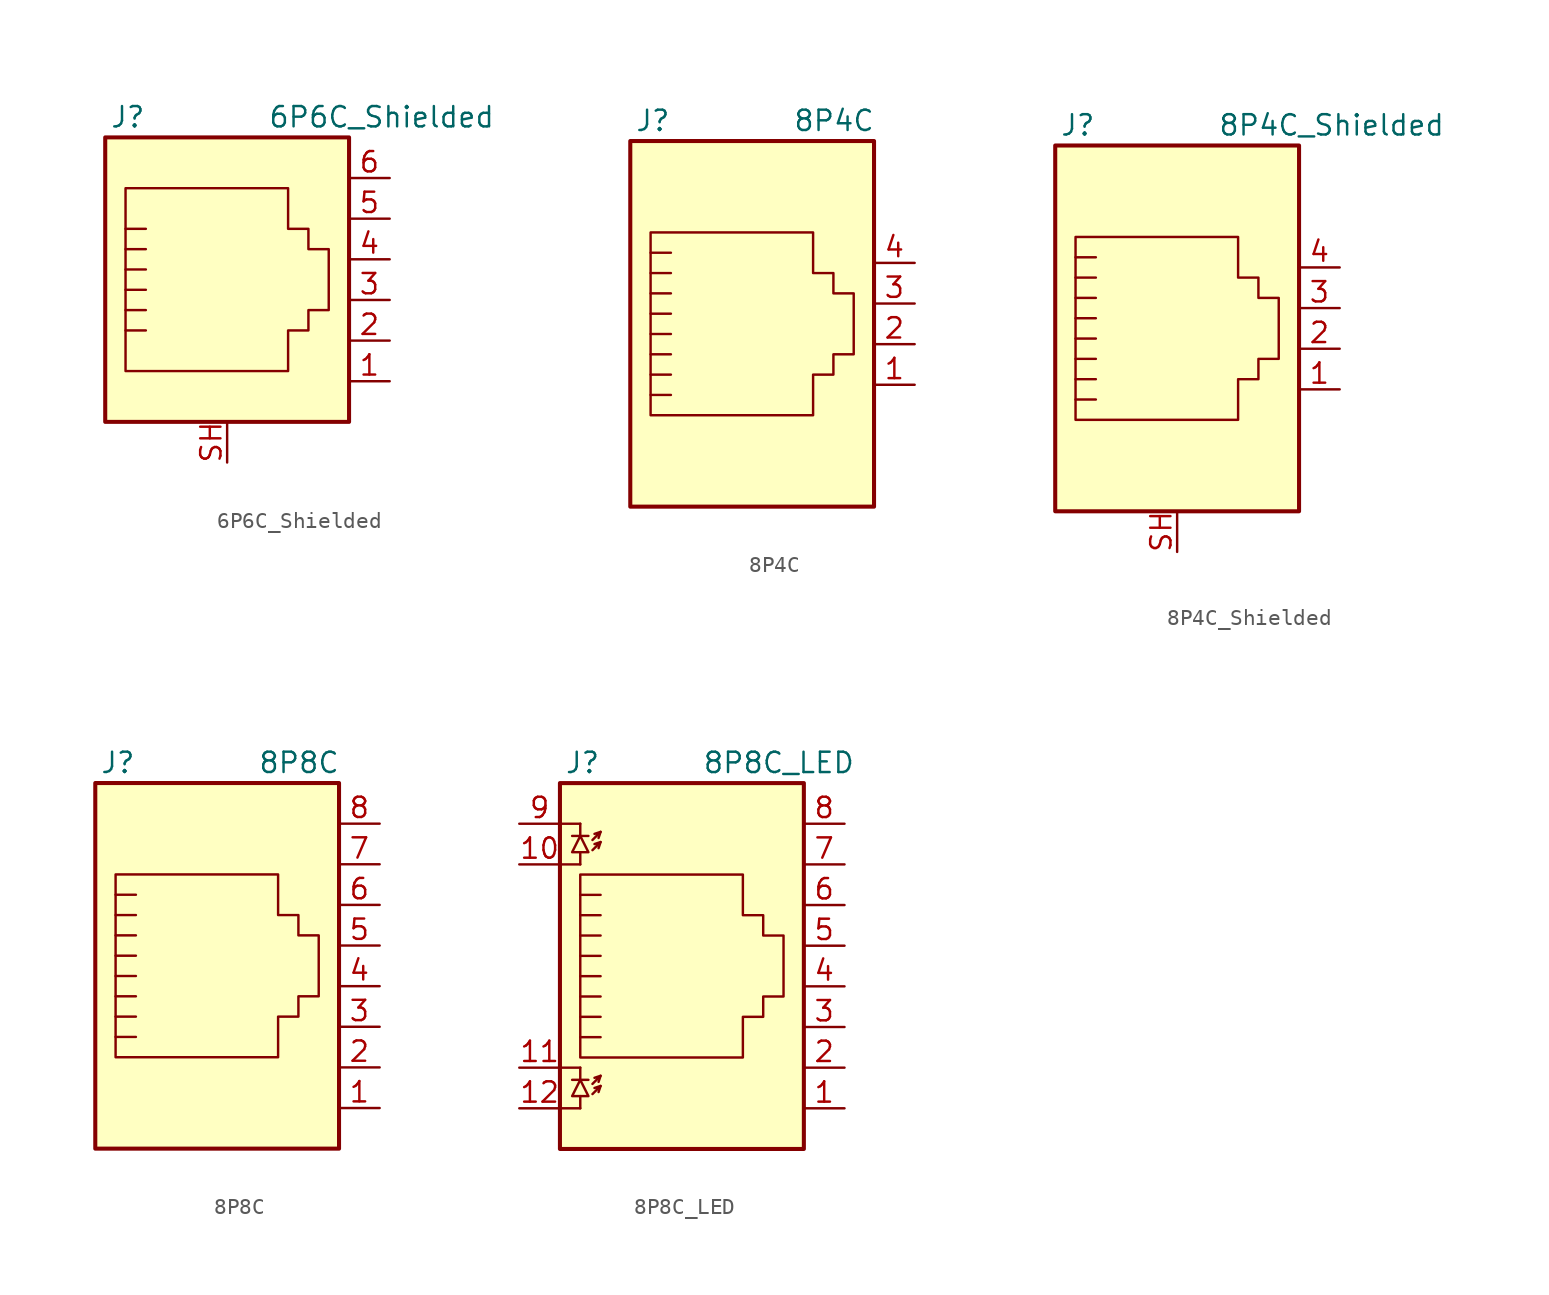
<source format=kicad_sym>
(kicad_symbol_lib
  (version 20220914)
  (generator kicad_symbol_editor)
  (symbol "6P6C_Shielded"
    (pin_names
      (offset 1.016))
    (property "Reference" "J"
      (at -5.08 11.43 0)
      (effects (font (size 1.27 1.27)) (justify right)))
    (property "Value" "6P6C_Shielded"
      (at 2.54 11.43 0)
      (effects (font (size 1.27 1.27)) (justify left)))
    (symbol "6P6C_Shielded_0_1"
      (polyline (pts (xy -6.35 -1.905) (xy -5.08 -1.905) (xy -5.08 -1.905)) (stroke (width 0) (type solid)) (fill (type none)))
      (polyline (pts (xy -6.35 -0.635) (xy -5.08 -0.635) (xy -5.08 -0.635)) (stroke (width 0) (type solid)) (fill (type none)))
      (polyline (pts (xy -6.35 0.635) (xy -5.08 0.635) (xy -5.08 0.635)) (stroke (width 0) (type solid)) (fill (type none)))
      (polyline (pts (xy -6.35 1.905) (xy -5.08 1.905) (xy -5.08 1.905)) (stroke (width 0) (type solid)) (fill (type none)))
      (polyline (pts (xy -6.35 3.175) (xy -5.08 3.175) (xy -5.08 3.175)) (stroke (width 0) (type solid)) (fill (type none)))
      (polyline (pts (xy -5.08 4.445) (xy -6.35 4.445) (xy -6.35 4.445)) (stroke (width 0) (type solid)) (fill (type none)))
      (polyline (pts (xy -6.35 -4.445) (xy -6.35 6.985) (xy 3.81 6.985) (xy 3.81 4.445) (xy 5.08 4.445) (xy 5.08 3.175) (xy 6.35 3.175) (xy 6.35 -0.635) (xy 5.08 -0.635) (xy 5.08 -1.905) (xy 3.81 -1.905) (xy 3.81 -4.445) (xy -6.35 -4.445) (xy -6.35 -4.445)) (stroke (width 0) (type solid)) (fill (type none)))
      (rectangle (start 7.62 10.16) (end -7.62 -7.62) (stroke (width 0.254) (type solid)) (fill (type background))))
    (symbol "6P6C_Shielded_1_1"
      (pin passive line (at 10.16 -5.08 180) (length 2.54) (name "~" (effects (font (size 1.27 1.27)))) (number "1" (effects (font (size 1.27 1.27)))))
      (pin passive line (at 10.16 -2.54 180) (length 2.54) (name "~" (effects (font (size 1.27 1.27)))) (number "2" (effects (font (size 1.27 1.27)))))
      (pin passive line (at 10.16 0 180) (length 2.54) (name "~" (effects (font (size 1.27 1.27)))) (number "3" (effects (font (size 1.27 1.27)))))
      (pin passive line (at 10.16 2.54 180) (length 2.54) (name "~" (effects (font (size 1.27 1.27)))) (number "4" (effects (font (size 1.27 1.27)))))
      (pin passive line (at 10.16 5.08 180) (length 2.54) (name "~" (effects (font (size 1.27 1.27)))) (number "5" (effects (font (size 1.27 1.27)))))
      (pin passive line (at 10.16 7.62 180) (length 2.54) (name "~" (effects (font (size 1.27 1.27)))) (number "6" (effects (font (size 1.27 1.27)))))
      (pin passive line (at 0 -10.16 90) (length 2.54) (name "~" (effects (font (size 1.27 1.27)))) (number "SH" (effects (font (size 1.27 1.27)))))))
  (symbol "8P4C"
    (pin_names
      (offset 1.016))
    (property "Reference" "J"
      (at -5.08 13.97 0)
      (effects (font (size 1.27 1.27)) (justify right)))
    (property "Value" "8P4C"
      (at 2.54 13.97 0)
      (effects (font (size 1.27 1.27)) (justify left)))
    (symbol "8P4C_0_1"
      (polyline (pts (xy -5.08 4.445) (xy -6.35 4.445)) (stroke (width 0) (type solid)) (fill (type none)))
      (polyline (pts (xy -5.08 5.715) (xy -6.35 5.715)) (stroke (width 0) (type solid)) (fill (type none)))
      (polyline (pts (xy -6.35 -3.175) (xy -5.08 -3.175) (xy -5.08 -3.175)) (stroke (width 0) (type solid)) (fill (type none)))
      (polyline (pts (xy -6.35 -1.905) (xy -5.08 -1.905) (xy -5.08 -1.905)) (stroke (width 0) (type solid)) (fill (type none)))
      (polyline (pts (xy -6.35 -0.635) (xy -5.08 -0.635) (xy -5.08 -0.635)) (stroke (width 0) (type solid)) (fill (type none)))
      (polyline (pts (xy -6.35 0.635) (xy -5.08 0.635) (xy -5.08 0.635)) (stroke (width 0) (type solid)) (fill (type none)))
      (polyline (pts (xy -6.35 1.905) (xy -5.08 1.905) (xy -5.08 1.905)) (stroke (width 0) (type solid)) (fill (type none)))
      (polyline (pts (xy -5.08 3.175) (xy -6.35 3.175) (xy -6.35 3.175)) (stroke (width 0) (type solid)) (fill (type none)))
      (polyline (pts (xy -6.35 -4.445) (xy -6.35 6.985) (xy 3.81 6.985) (xy 3.81 4.445) (xy 5.08 4.445) (xy 5.08 3.175) (xy 6.35 3.175) (xy 6.35 -0.635) (xy 5.08 -0.635) (xy 5.08 -1.905) (xy 3.81 -1.905) (xy 3.81 -4.445) (xy -6.35 -4.445) (xy -6.35 -4.445)) (stroke (width 0) (type solid)) (fill (type none)))
      (rectangle (start 7.62 12.7) (end -7.62 -10.16) (stroke (width 0.254) (type solid)) (fill (type background))))
    (symbol "8P4C_1_1"
      (pin passive line (at 10.16 -2.54 180) (length 2.54) (name "~" (effects (font (size 1.27 1.27)))) (number "1" (effects (font (size 1.27 1.27)))))
      (pin passive line (at 10.16 0 180) (length 2.54) (name "~" (effects (font (size 1.27 1.27)))) (number "2" (effects (font (size 1.27 1.27)))))
      (pin passive line (at 10.16 2.54 180) (length 2.54) (name "~" (effects (font (size 1.27 1.27)))) (number "3" (effects (font (size 1.27 1.27)))))
      (pin passive line (at 10.16 5.08 180) (length 2.54) (name "~" (effects (font (size 1.27 1.27)))) (number "4" (effects (font (size 1.27 1.27)))))))
  (symbol "8P4C_Shielded"
    (pin_names
      (offset 1.016))
    (property "Reference" "J"
      (at -5.08 13.97 0)
      (effects (font (size 1.27 1.27)) (justify right)))
    (property "Value" "8P4C_Shielded"
      (at 2.54 13.97 0)
      (effects (font (size 1.27 1.27)) (justify left)))
    (symbol "8P4C_Shielded_0_1"
      (polyline (pts (xy -5.08 4.445) (xy -6.35 4.445)) (stroke (width 0) (type solid)) (fill (type none)))
      (polyline (pts (xy -5.08 5.715) (xy -6.35 5.715)) (stroke (width 0) (type solid)) (fill (type none)))
      (polyline (pts (xy -6.35 -3.175) (xy -5.08 -3.175) (xy -5.08 -3.175)) (stroke (width 0) (type solid)) (fill (type none)))
      (polyline (pts (xy -6.35 -1.905) (xy -5.08 -1.905) (xy -5.08 -1.905)) (stroke (width 0) (type solid)) (fill (type none)))
      (polyline (pts (xy -6.35 -0.635) (xy -5.08 -0.635) (xy -5.08 -0.635)) (stroke (width 0) (type solid)) (fill (type none)))
      (polyline (pts (xy -6.35 0.635) (xy -5.08 0.635) (xy -5.08 0.635)) (stroke (width 0) (type solid)) (fill (type none)))
      (polyline (pts (xy -6.35 1.905) (xy -5.08 1.905) (xy -5.08 1.905)) (stroke (width 0) (type solid)) (fill (type none)))
      (polyline (pts (xy -5.08 3.175) (xy -6.35 3.175) (xy -6.35 3.175)) (stroke (width 0) (type solid)) (fill (type none)))
      (polyline (pts (xy -6.35 -4.445) (xy -6.35 6.985) (xy 3.81 6.985) (xy 3.81 4.445) (xy 5.08 4.445) (xy 5.08 3.175) (xy 6.35 3.175) (xy 6.35 -0.635) (xy 5.08 -0.635) (xy 5.08 -1.905) (xy 3.81 -1.905) (xy 3.81 -4.445) (xy -6.35 -4.445) (xy -6.35 -4.445)) (stroke (width 0) (type solid)) (fill (type none)))
      (rectangle (start 7.62 12.7) (end -7.62 -10.16) (stroke (width 0.254) (type solid)) (fill (type background))))
    (symbol "8P4C_Shielded_1_1"
      (pin passive line (at 10.16 -2.54 180) (length 2.54) (name "~" (effects (font (size 1.27 1.27)))) (number "1" (effects (font (size 1.27 1.27)))))
      (pin passive line (at 10.16 0 180) (length 2.54) (name "~" (effects (font (size 1.27 1.27)))) (number "2" (effects (font (size 1.27 1.27)))))
      (pin passive line (at 10.16 2.54 180) (length 2.54) (name "~" (effects (font (size 1.27 1.27)))) (number "3" (effects (font (size 1.27 1.27)))))
      (pin passive line (at 10.16 5.08 180) (length 2.54) (name "~" (effects (font (size 1.27 1.27)))) (number "4" (effects (font (size 1.27 1.27)))))
      (pin passive line (at 0 -12.7 90) (length 2.54) (name "~" (effects (font (size 1.27 1.27)))) (number "SH" (effects (font (size 1.27 1.27)))))))
  (symbol "8P8C"
    (pin_names
      (offset 1.016))
    (property "Reference" "J"
      (at -5.08 13.97 0)
      (effects (font (size 1.27 1.27)) (justify right)))
    (property "Value" "8P8C"
      (at 2.54 13.97 0)
      (effects (font (size 1.27 1.27)) (justify left)))
    (symbol "8P8C_0_1"
      (polyline (pts (xy -5.08 4.445) (xy -6.35 4.445)) (stroke (width 0) (type solid)) (fill (type none)))
      (polyline (pts (xy -5.08 5.715) (xy -6.35 5.715)) (stroke (width 0) (type solid)) (fill (type none)))
      (polyline (pts (xy -6.35 -3.175) (xy -5.08 -3.175) (xy -5.08 -3.175)) (stroke (width 0) (type solid)) (fill (type none)))
      (polyline (pts (xy -6.35 -1.905) (xy -5.08 -1.905) (xy -5.08 -1.905)) (stroke (width 0) (type solid)) (fill (type none)))
      (polyline (pts (xy -6.35 -0.635) (xy -5.08 -0.635) (xy -5.08 -0.635)) (stroke (width 0) (type solid)) (fill (type none)))
      (polyline (pts (xy -6.35 0.635) (xy -5.08 0.635) (xy -5.08 0.635)) (stroke (width 0) (type solid)) (fill (type none)))
      (polyline (pts (xy -6.35 1.905) (xy -5.08 1.905) (xy -5.08 1.905)) (stroke (width 0) (type solid)) (fill (type none)))
      (polyline (pts (xy -5.08 3.175) (xy -6.35 3.175) (xy -6.35 3.175)) (stroke (width 0) (type solid)) (fill (type none)))
      (polyline (pts (xy -6.35 -4.445) (xy -6.35 6.985) (xy 3.81 6.985) (xy 3.81 4.445) (xy 5.08 4.445) (xy 5.08 3.175) (xy 6.35 3.175) (xy 6.35 -0.635) (xy 5.08 -0.635) (xy 5.08 -1.905) (xy 3.81 -1.905) (xy 3.81 -4.445) (xy -6.35 -4.445) (xy -6.35 -4.445)) (stroke (width 0) (type solid)) (fill (type none)))
      (rectangle (start 7.62 12.7) (end -7.62 -10.16) (stroke (width 0.254) (type solid)) (fill (type background))))
    (symbol "8P8C_1_1"
      (pin passive line (at 10.16 -7.62 180) (length 2.54) (name "~" (effects (font (size 1.27 1.27)))) (number "1" (effects (font (size 1.27 1.27)))))
      (pin passive line (at 10.16 -5.08 180) (length 2.54) (name "~" (effects (font (size 1.27 1.27)))) (number "2" (effects (font (size 1.27 1.27)))))
      (pin passive line (at 10.16 -2.54 180) (length 2.54) (name "~" (effects (font (size 1.27 1.27)))) (number "3" (effects (font (size 1.27 1.27)))))
      (pin passive line (at 10.16 0 180) (length 2.54) (name "~" (effects (font (size 1.27 1.27)))) (number "4" (effects (font (size 1.27 1.27)))))
      (pin passive line (at 10.16 2.54 180) (length 2.54) (name "~" (effects (font (size 1.27 1.27)))) (number "5" (effects (font (size 1.27 1.27)))))
      (pin passive line (at 10.16 5.08 180) (length 2.54) (name "~" (effects (font (size 1.27 1.27)))) (number "6" (effects (font (size 1.27 1.27)))))
      (pin passive line (at 10.16 7.62 180) (length 2.54) (name "~" (effects (font (size 1.27 1.27)))) (number "7" (effects (font (size 1.27 1.27)))))
      (pin passive line (at 10.16 10.16 180) (length 2.54) (name "~" (effects (font (size 1.27 1.27)))) (number "8" (effects (font (size 1.27 1.27)))))))
  (symbol "8P8C_LED"
    (pin_names
      (offset 1.016))
    (property "Reference" "J"
      (at -5.08 13.97 0)
      (effects (font (size 1.27 1.27)) (justify right)))
    (property "Value" "8P8C_LED"
      (at 1.27 13.97 0)
      (effects (font (size 1.27 1.27)) (justify left)))
    (symbol "8P8C_LED_0_1"
      (polyline (pts (xy -7.62 -7.62) (xy -6.35 -7.62)) (stroke (width 0) (type solid)) (fill (type none)))
      (polyline (pts (xy -7.62 -5.08) (xy -6.35 -5.08)) (stroke (width 0) (type solid)) (fill (type none)))
      (polyline (pts (xy -7.62 7.62) (xy -6.35 7.62)) (stroke (width 0) (type solid)) (fill (type none)))
      (polyline (pts (xy -7.62 10.16) (xy -6.35 10.16)) (stroke (width 0) (type solid)) (fill (type none)))
      (polyline (pts (xy -6.858 -5.842) (xy -5.842 -5.842)) (stroke (width 0) (type solid)) (fill (type none)))
      (polyline (pts (xy -6.858 9.398) (xy -5.842 9.398)) (stroke (width 0) (type solid)) (fill (type none)))
      (polyline (pts (xy -6.35 -7.62) (xy -6.35 -6.858)) (stroke (width 0) (type solid)) (fill (type none)))
      (polyline (pts (xy -6.35 -5.08) (xy -6.35 -5.842)) (stroke (width 0) (type solid)) (fill (type none)))
      (polyline (pts (xy -6.35 7.62) (xy -6.35 8.382)) (stroke (width 0) (type solid)) (fill (type none)))
      (polyline (pts (xy -6.35 10.16) (xy -6.35 9.398)) (stroke (width 0) (type solid)) (fill (type none)))
      (polyline (pts (xy -5.08 -6.223) (xy -5.207 -6.604)) (stroke (width 0) (type solid)) (fill (type none)))
      (polyline (pts (xy -5.08 -5.588) (xy -5.207 -5.969)) (stroke (width 0) (type solid)) (fill (type none)))
      (polyline (pts (xy -5.08 4.445) (xy -6.35 4.445)) (stroke (width 0) (type solid)) (fill (type none)))
      (polyline (pts (xy -5.08 5.715) (xy -6.35 5.715)) (stroke (width 0) (type solid)) (fill (type none)))
      (polyline (pts (xy -5.08 9.017) (xy -5.207 8.636)) (stroke (width 0) (type solid)) (fill (type none)))
      (polyline (pts (xy -5.08 9.652) (xy -5.207 9.271)) (stroke (width 0) (type solid)) (fill (type none)))
      (polyline (pts (xy -6.35 -3.175) (xy -5.08 -3.175) (xy -5.08 -3.175)) (stroke (width 0) (type solid)) (fill (type none)))
      (polyline (pts (xy -6.35 -1.905) (xy -5.08 -1.905) (xy -5.08 -1.905)) (stroke (width 0) (type solid)) (fill (type none)))
      (polyline (pts (xy -6.35 -0.635) (xy -5.08 -0.635) (xy -5.08 -0.635)) (stroke (width 0) (type solid)) (fill (type none)))
      (polyline (pts (xy -6.35 0.635) (xy -5.08 0.635) (xy -5.08 0.635)) (stroke (width 0) (type solid)) (fill (type none)))
      (polyline (pts (xy -6.35 1.905) (xy -5.08 1.905) (xy -5.08 1.905)) (stroke (width 0) (type solid)) (fill (type none)))
      (polyline (pts (xy -5.588 -6.731) (xy -5.08 -6.223) (xy -5.461 -6.35)) (stroke (width 0) (type solid)) (fill (type none)))
      (polyline (pts (xy -5.588 -6.096) (xy -5.08 -5.588) (xy -5.461 -5.715)) (stroke (width 0) (type solid)) (fill (type none)))
      (polyline (pts (xy -5.588 8.509) (xy -5.08 9.017) (xy -5.461 8.89)) (stroke (width 0) (type solid)) (fill (type none)))
      (polyline (pts (xy -5.588 9.144) (xy -5.08 9.652) (xy -5.461 9.525)) (stroke (width 0) (type solid)) (fill (type none)))
      (polyline (pts (xy -5.08 3.175) (xy -6.35 3.175) (xy -6.35 3.175)) (stroke (width 0) (type solid)) (fill (type none)))
      (polyline (pts (xy -6.35 -5.842) (xy -6.858 -6.858) (xy -5.842 -6.858) (xy -6.35 -5.842)) (stroke (width 0) (type solid)) (fill (type none)))
      (polyline (pts (xy -6.35 9.398) (xy -6.858 8.382) (xy -5.842 8.382) (xy -6.35 9.398)) (stroke (width 0) (type solid)) (fill (type none)))
      (polyline (pts (xy -6.35 -4.445) (xy -6.35 6.985) (xy 3.81 6.985) (xy 3.81 4.445) (xy 5.08 4.445) (xy 5.08 3.175) (xy 6.35 3.175) (xy 6.35 -0.635) (xy 5.08 -0.635) (xy 5.08 -1.905) (xy 3.81 -1.905) (xy 3.81 -4.445) (xy -6.35 -4.445) (xy -6.35 -4.445)) (stroke (width 0) (type solid)) (fill (type none)))
      (rectangle (start 7.62 12.7) (end -7.62 -10.16) (stroke (width 0.254) (type solid)) (fill (type background))))
    (symbol "8P8C_LED_1_1"
      (pin passive line (at 10.16 -7.62 180) (length 2.54) (name "~" (effects (font (size 1.27 1.27)))) (number "1" (effects (font (size 1.27 1.27)))))
      (pin passive line (at -10.16 7.62 0) (length 2.54) (name "~" (effects (font (size 1.27 1.27)))) (number "10" (effects (font (size 1.27 1.27)))))
      (pin passive line (at -10.16 -5.08 0) (length 2.54) (name "~" (effects (font (size 1.27 1.27)))) (number "11" (effects (font (size 1.27 1.27)))))
      (pin passive line (at -10.16 -7.62 0) (length 2.54) (name "~" (effects (font (size 1.27 1.27)))) (number "12" (effects (font (size 1.27 1.27)))))
      (pin passive line (at 10.16 -5.08 180) (length 2.54) (name "~" (effects (font (size 1.27 1.27)))) (number "2" (effects (font (size 1.27 1.27)))))
      (pin passive line (at 10.16 -2.54 180) (length 2.54) (name "~" (effects (font (size 1.27 1.27)))) (number "3" (effects (font (size 1.27 1.27)))))
      (pin passive line (at 10.16 0 180) (length 2.54) (name "~" (effects (font (size 1.27 1.27)))) (number "4" (effects (font (size 1.27 1.27)))))
      (pin passive line (at 10.16 2.54 180) (length 2.54) (name "~" (effects (font (size 1.27 1.27)))) (number "5" (effects (font (size 1.27 1.27)))))
      (pin passive line (at 10.16 5.08 180) (length 2.54) (name "~" (effects (font (size 1.27 1.27)))) (number "6" (effects (font (size 1.27 1.27)))))
      (pin passive line (at 10.16 7.62 180) (length 2.54) (name "~" (effects (font (size 1.27 1.27)))) (number "7" (effects (font (size 1.27 1.27)))))
      (pin passive line (at 10.16 10.16 180) (length 2.54) (name "~" (effects (font (size 1.27 1.27)))) (number "8" (effects (font (size 1.27 1.27)))))
      (pin passive line (at -10.16 10.16 0) (length 2.54) (name "~" (effects (font (size 1.27 1.27)))) (number "9" (effects (font (size 1.27 1.27))))))))
</source>
